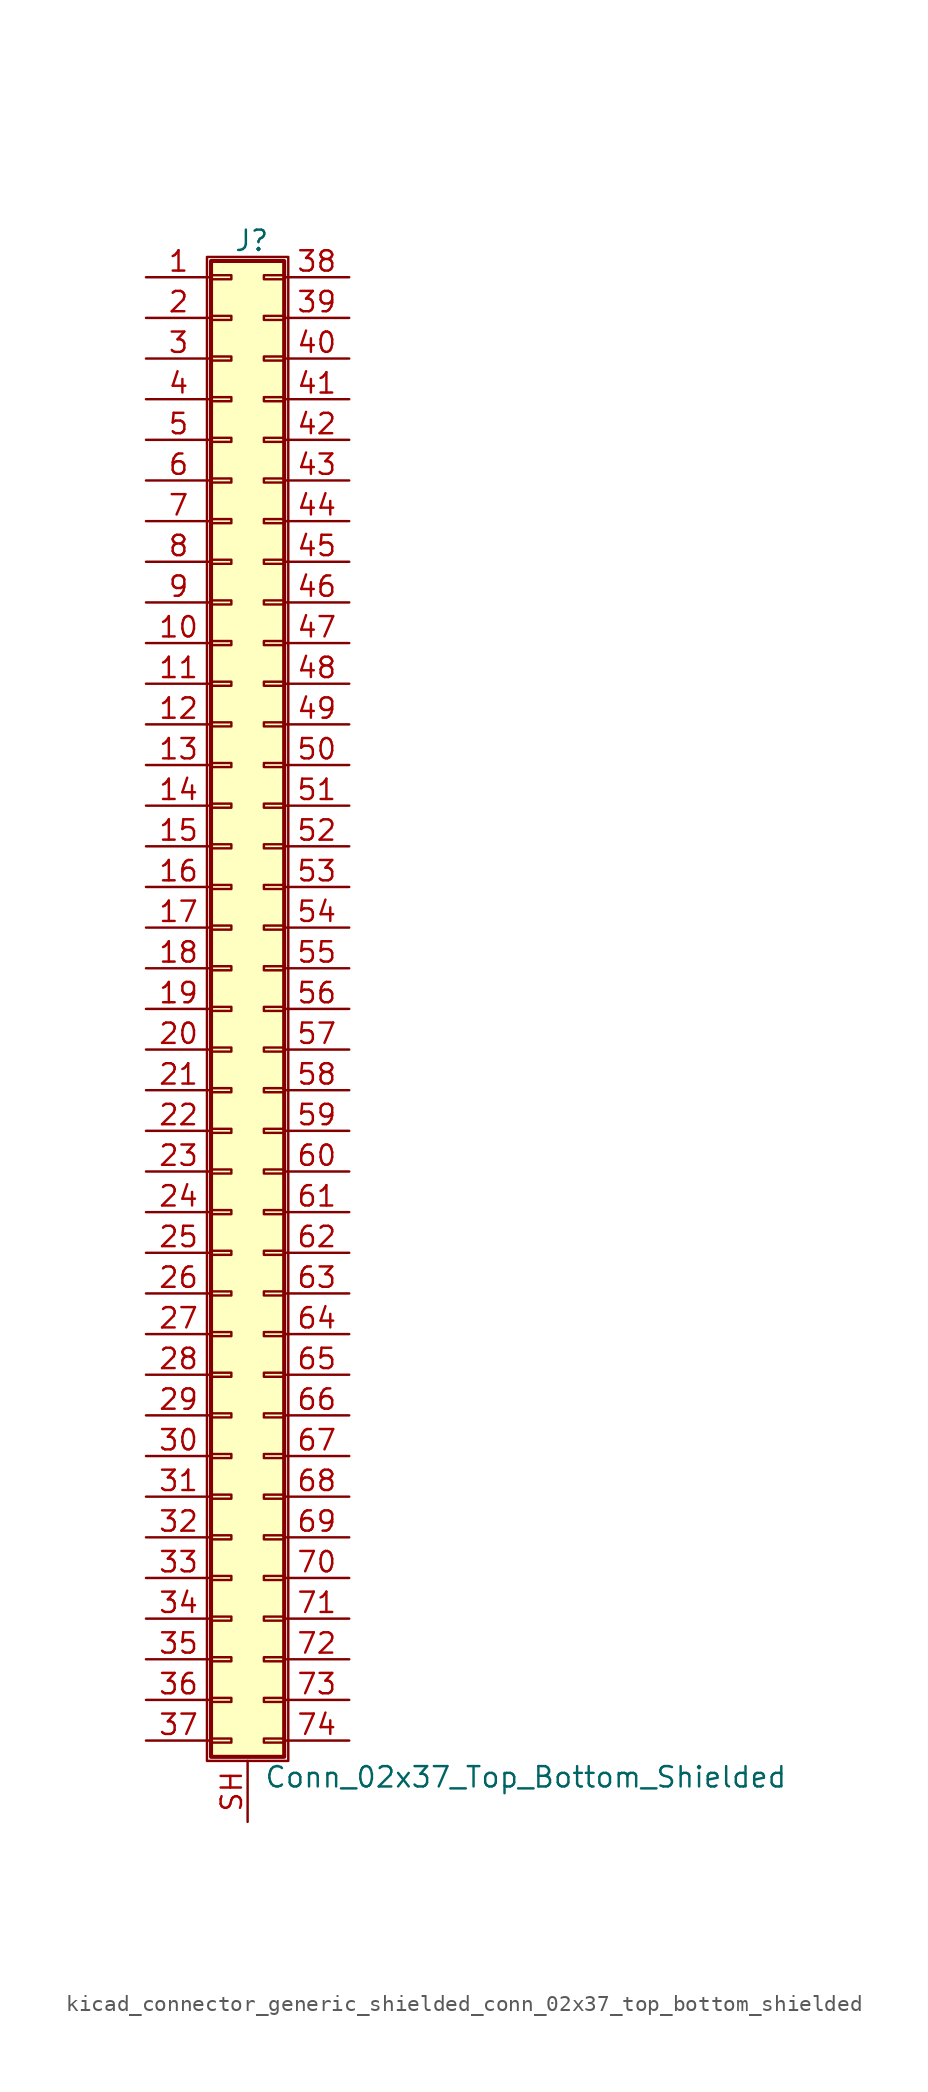
<source format=kicad_sym>
(kicad_symbol_lib
  (version 20220914)
  (generator kicad_symbol_editor)
  (symbol "kicad_connector_generic_shielded_conn_02x37_top_bottom_shielded"
    (pin_names
      (offset 1.016) hide)
    (property "Reference" "J"
      (at 1.524 48.006 0)
      (effects (font (size 1.27 1.27))))
    (property "Value" "Conn_02x37_Top_Bottom_Shielded"
      (at 2.286 -48.006 0)
      (effects (font (size 1.27 1.27)) (justify left)))
    (symbol "kicad_connector_generic_shielded_conn_02x37_top_bottom_shielded_1_1"
      (rectangle (start -1.27 46.99) (end 3.81 -46.99) (stroke (width 0.152) (type default)) (fill (type none)))
      (rectangle (start -1.016 -45.593) (end 0.254 -45.847) (stroke (width 0.152) (type default)) (fill (type none)))
      (rectangle (start -1.016 -43.053) (end 0.254 -43.307) (stroke (width 0.152) (type default)) (fill (type none)))
      (rectangle (start -1.016 -40.513) (end 0.254 -40.767) (stroke (width 0.152) (type default)) (fill (type none)))
      (rectangle (start -1.016 -37.973) (end 0.254 -38.227) (stroke (width 0.152) (type default)) (fill (type none)))
      (rectangle (start -1.016 -35.433) (end 0.254 -35.687) (stroke (width 0.152) (type default)) (fill (type none)))
      (rectangle (start -1.016 -32.893) (end 0.254 -33.147) (stroke (width 0.152) (type default)) (fill (type none)))
      (rectangle (start -1.016 -30.353) (end 0.254 -30.607) (stroke (width 0.152) (type default)) (fill (type none)))
      (rectangle (start -1.016 -27.813) (end 0.254 -28.067) (stroke (width 0.152) (type default)) (fill (type none)))
      (rectangle (start -1.016 -25.273) (end 0.254 -25.527) (stroke (width 0.152) (type default)) (fill (type none)))
      (rectangle (start -1.016 -22.733) (end 0.254 -22.987) (stroke (width 0.152) (type default)) (fill (type none)))
      (rectangle (start -1.016 -20.193) (end 0.254 -20.447) (stroke (width 0.152) (type default)) (fill (type none)))
      (rectangle (start -1.016 -17.653) (end 0.254 -17.907) (stroke (width 0.152) (type default)) (fill (type none)))
      (rectangle (start -1.016 -15.113) (end 0.254 -15.367) (stroke (width 0.152) (type default)) (fill (type none)))
      (rectangle (start -1.016 -12.573) (end 0.254 -12.827) (stroke (width 0.152) (type default)) (fill (type none)))
      (rectangle (start -1.016 -10.033) (end 0.254 -10.287) (stroke (width 0.152) (type default)) (fill (type none)))
      (rectangle (start -1.016 -7.493) (end 0.254 -7.747) (stroke (width 0.152) (type default)) (fill (type none)))
      (rectangle (start -1.016 -4.953) (end 0.254 -5.207) (stroke (width 0.152) (type default)) (fill (type none)))
      (rectangle (start -1.016 -2.413) (end 0.254 -2.667) (stroke (width 0.152) (type default)) (fill (type none)))
      (rectangle (start -1.016 0.127) (end 0.254 -0.127) (stroke (width 0.152) (type default)) (fill (type none)))
      (rectangle (start -1.016 2.667) (end 0.254 2.413) (stroke (width 0.152) (type default)) (fill (type none)))
      (rectangle (start -1.016 5.207) (end 0.254 4.953) (stroke (width 0.152) (type default)) (fill (type none)))
      (rectangle (start -1.016 7.747) (end 0.254 7.493) (stroke (width 0.152) (type default)) (fill (type none)))
      (rectangle (start -1.016 10.287) (end 0.254 10.033) (stroke (width 0.152) (type default)) (fill (type none)))
      (rectangle (start -1.016 12.827) (end 0.254 12.573) (stroke (width 0.152) (type default)) (fill (type none)))
      (rectangle (start -1.016 15.367) (end 0.254 15.113) (stroke (width 0.152) (type default)) (fill (type none)))
      (rectangle (start -1.016 17.907) (end 0.254 17.653) (stroke (width 0.152) (type default)) (fill (type none)))
      (rectangle (start -1.016 20.447) (end 0.254 20.193) (stroke (width 0.152) (type default)) (fill (type none)))
      (rectangle (start -1.016 22.987) (end 0.254 22.733) (stroke (width 0.152) (type default)) (fill (type none)))
      (rectangle (start -1.016 25.527) (end 0.254 25.273) (stroke (width 0.152) (type default)) (fill (type none)))
      (rectangle (start -1.016 28.067) (end 0.254 27.813) (stroke (width 0.152) (type default)) (fill (type none)))
      (rectangle (start -1.016 30.607) (end 0.254 30.353) (stroke (width 0.152) (type default)) (fill (type none)))
      (rectangle (start -1.016 33.147) (end 0.254 32.893) (stroke (width 0.152) (type default)) (fill (type none)))
      (rectangle (start -1.016 35.687) (end 0.254 35.433) (stroke (width 0.152) (type default)) (fill (type none)))
      (rectangle (start -1.016 38.227) (end 0.254 37.973) (stroke (width 0.152) (type default)) (fill (type none)))
      (rectangle (start -1.016 40.767) (end 0.254 40.513) (stroke (width 0.152) (type default)) (fill (type none)))
      (rectangle (start -1.016 43.307) (end 0.254 43.053) (stroke (width 0.152) (type default)) (fill (type none)))
      (rectangle (start -1.016 45.847) (end 0.254 45.593) (stroke (width 0.152) (type default)) (fill (type none)))
      (rectangle (start -1.016 46.736) (end 3.556 -46.736) (stroke (width 0.254) (type default)) (fill (type background)))
      (rectangle (start 3.556 -45.593) (end 2.286 -45.847) (stroke (width 0.152) (type default)) (fill (type none)))
      (rectangle (start 3.556 -43.053) (end 2.286 -43.307) (stroke (width 0.152) (type default)) (fill (type none)))
      (rectangle (start 3.556 -40.513) (end 2.286 -40.767) (stroke (width 0.152) (type default)) (fill (type none)))
      (rectangle (start 3.556 -37.973) (end 2.286 -38.227) (stroke (width 0.152) (type default)) (fill (type none)))
      (rectangle (start 3.556 -35.433) (end 2.286 -35.687) (stroke (width 0.152) (type default)) (fill (type none)))
      (rectangle (start 3.556 -32.893) (end 2.286 -33.147) (stroke (width 0.152) (type default)) (fill (type none)))
      (rectangle (start 3.556 -30.353) (end 2.286 -30.607) (stroke (width 0.152) (type default)) (fill (type none)))
      (rectangle (start 3.556 -27.813) (end 2.286 -28.067) (stroke (width 0.152) (type default)) (fill (type none)))
      (rectangle (start 3.556 -25.273) (end 2.286 -25.527) (stroke (width 0.152) (type default)) (fill (type none)))
      (rectangle (start 3.556 -22.733) (end 2.286 -22.987) (stroke (width 0.152) (type default)) (fill (type none)))
      (rectangle (start 3.556 -20.193) (end 2.286 -20.447) (stroke (width 0.152) (type default)) (fill (type none)))
      (rectangle (start 3.556 -17.653) (end 2.286 -17.907) (stroke (width 0.152) (type default)) (fill (type none)))
      (rectangle (start 3.556 -15.113) (end 2.286 -15.367) (stroke (width 0.152) (type default)) (fill (type none)))
      (rectangle (start 3.556 -12.573) (end 2.286 -12.827) (stroke (width 0.152) (type default)) (fill (type none)))
      (rectangle (start 3.556 -10.033) (end 2.286 -10.287) (stroke (width 0.152) (type default)) (fill (type none)))
      (rectangle (start 3.556 -7.493) (end 2.286 -7.747) (stroke (width 0.152) (type default)) (fill (type none)))
      (rectangle (start 3.556 -4.953) (end 2.286 -5.207) (stroke (width 0.152) (type default)) (fill (type none)))
      (rectangle (start 3.556 -2.413) (end 2.286 -2.667) (stroke (width 0.152) (type default)) (fill (type none)))
      (rectangle (start 3.556 0.127) (end 2.286 -0.127) (stroke (width 0.152) (type default)) (fill (type none)))
      (rectangle (start 3.556 2.667) (end 2.286 2.413) (stroke (width 0.152) (type default)) (fill (type none)))
      (rectangle (start 3.556 5.207) (end 2.286 4.953) (stroke (width 0.152) (type default)) (fill (type none)))
      (rectangle (start 3.556 7.747) (end 2.286 7.493) (stroke (width 0.152) (type default)) (fill (type none)))
      (rectangle (start 3.556 10.287) (end 2.286 10.033) (stroke (width 0.152) (type default)) (fill (type none)))
      (rectangle (start 3.556 12.827) (end 2.286 12.573) (stroke (width 0.152) (type default)) (fill (type none)))
      (rectangle (start 3.556 15.367) (end 2.286 15.113) (stroke (width 0.152) (type default)) (fill (type none)))
      (rectangle (start 3.556 17.907) (end 2.286 17.653) (stroke (width 0.152) (type default)) (fill (type none)))
      (rectangle (start 3.556 20.447) (end 2.286 20.193) (stroke (width 0.152) (type default)) (fill (type none)))
      (rectangle (start 3.556 22.987) (end 2.286 22.733) (stroke (width 0.152) (type default)) (fill (type none)))
      (rectangle (start 3.556 25.527) (end 2.286 25.273) (stroke (width 0.152) (type default)) (fill (type none)))
      (rectangle (start 3.556 28.067) (end 2.286 27.813) (stroke (width 0.152) (type default)) (fill (type none)))
      (rectangle (start 3.556 30.607) (end 2.286 30.353) (stroke (width 0.152) (type default)) (fill (type none)))
      (rectangle (start 3.556 33.147) (end 2.286 32.893) (stroke (width 0.152) (type default)) (fill (type none)))
      (rectangle (start 3.556 35.687) (end 2.286 35.433) (stroke (width 0.152) (type default)) (fill (type none)))
      (rectangle (start 3.556 38.227) (end 2.286 37.973) (stroke (width 0.152) (type default)) (fill (type none)))
      (rectangle (start 3.556 40.767) (end 2.286 40.513) (stroke (width 0.152) (type default)) (fill (type none)))
      (rectangle (start 3.556 43.307) (end 2.286 43.053) (stroke (width 0.152) (type default)) (fill (type none)))
      (rectangle (start 3.556 45.847) (end 2.286 45.593) (stroke (width 0.152) (type default)) (fill (type none)))
      (pin passive line (at -5.08 45.72 0) (length 4.064) (name "Pin_1" (effects (font (size 1.27 1.27)))) (number "1" (effects (font (size 1.27 1.27)))))
      (pin passive line (at -5.08 22.86 0) (length 4.064) (name "Pin_10" (effects (font (size 1.27 1.27)))) (number "10" (effects (font (size 1.27 1.27)))))
      (pin passive line (at -5.08 20.32 0) (length 4.064) (name "Pin_11" (effects (font (size 1.27 1.27)))) (number "11" (effects (font (size 1.27 1.27)))))
      (pin passive line (at -5.08 17.78 0) (length 4.064) (name "Pin_12" (effects (font (size 1.27 1.27)))) (number "12" (effects (font (size 1.27 1.27)))))
      (pin passive line (at -5.08 15.24 0) (length 4.064) (name "Pin_13" (effects (font (size 1.27 1.27)))) (number "13" (effects (font (size 1.27 1.27)))))
      (pin passive line (at -5.08 12.7 0) (length 4.064) (name "Pin_14" (effects (font (size 1.27 1.27)))) (number "14" (effects (font (size 1.27 1.27)))))
      (pin passive line (at -5.08 10.16 0) (length 4.064) (name "Pin_15" (effects (font (size 1.27 1.27)))) (number "15" (effects (font (size 1.27 1.27)))))
      (pin passive line (at -5.08 7.62 0) (length 4.064) (name "Pin_16" (effects (font (size 1.27 1.27)))) (number "16" (effects (font (size 1.27 1.27)))))
      (pin passive line (at -5.08 5.08 0) (length 4.064) (name "Pin_17" (effects (font (size 1.27 1.27)))) (number "17" (effects (font (size 1.27 1.27)))))
      (pin passive line (at -5.08 2.54 0) (length 4.064) (name "Pin_18" (effects (font (size 1.27 1.27)))) (number "18" (effects (font (size 1.27 1.27)))))
      (pin passive line (at -5.08 0 0) (length 4.064) (name "Pin_19" (effects (font (size 1.27 1.27)))) (number "19" (effects (font (size 1.27 1.27)))))
      (pin passive line (at -5.08 43.18 0) (length 4.064) (name "Pin_2" (effects (font (size 1.27 1.27)))) (number "2" (effects (font (size 1.27 1.27)))))
      (pin passive line (at -5.08 -2.54 0) (length 4.064) (name "Pin_20" (effects (font (size 1.27 1.27)))) (number "20" (effects (font (size 1.27 1.27)))))
      (pin passive line (at -5.08 -5.08 0) (length 4.064) (name "Pin_21" (effects (font (size 1.27 1.27)))) (number "21" (effects (font (size 1.27 1.27)))))
      (pin passive line (at -5.08 -7.62 0) (length 4.064) (name "Pin_22" (effects (font (size 1.27 1.27)))) (number "22" (effects (font (size 1.27 1.27)))))
      (pin passive line (at -5.08 -10.16 0) (length 4.064) (name "Pin_23" (effects (font (size 1.27 1.27)))) (number "23" (effects (font (size 1.27 1.27)))))
      (pin passive line (at -5.08 -12.7 0) (length 4.064) (name "Pin_24" (effects (font (size 1.27 1.27)))) (number "24" (effects (font (size 1.27 1.27)))))
      (pin passive line (at -5.08 -15.24 0) (length 4.064) (name "Pin_25" (effects (font (size 1.27 1.27)))) (number "25" (effects (font (size 1.27 1.27)))))
      (pin passive line (at -5.08 -17.78 0) (length 4.064) (name "Pin_26" (effects (font (size 1.27 1.27)))) (number "26" (effects (font (size 1.27 1.27)))))
      (pin passive line (at -5.08 -20.32 0) (length 4.064) (name "Pin_27" (effects (font (size 1.27 1.27)))) (number "27" (effects (font (size 1.27 1.27)))))
      (pin passive line (at -5.08 -22.86 0) (length 4.064) (name "Pin_28" (effects (font (size 1.27 1.27)))) (number "28" (effects (font (size 1.27 1.27)))))
      (pin passive line (at -5.08 -25.4 0) (length 4.064) (name "Pin_29" (effects (font (size 1.27 1.27)))) (number "29" (effects (font (size 1.27 1.27)))))
      (pin passive line (at -5.08 40.64 0) (length 4.064) (name "Pin_3" (effects (font (size 1.27 1.27)))) (number "3" (effects (font (size 1.27 1.27)))))
      (pin passive line (at -5.08 -27.94 0) (length 4.064) (name "Pin_30" (effects (font (size 1.27 1.27)))) (number "30" (effects (font (size 1.27 1.27)))))
      (pin passive line (at -5.08 -30.48 0) (length 4.064) (name "Pin_31" (effects (font (size 1.27 1.27)))) (number "31" (effects (font (size 1.27 1.27)))))
      (pin passive line (at -5.08 -33.02 0) (length 4.064) (name "Pin_32" (effects (font (size 1.27 1.27)))) (number "32" (effects (font (size 1.27 1.27)))))
      (pin passive line (at -5.08 -35.56 0) (length 4.064) (name "Pin_33" (effects (font (size 1.27 1.27)))) (number "33" (effects (font (size 1.27 1.27)))))
      (pin passive line (at -5.08 -38.1 0) (length 4.064) (name "Pin_34" (effects (font (size 1.27 1.27)))) (number "34" (effects (font (size 1.27 1.27)))))
      (pin passive line (at -5.08 -40.64 0) (length 4.064) (name "Pin_35" (effects (font (size 1.27 1.27)))) (number "35" (effects (font (size 1.27 1.27)))))
      (pin passive line (at -5.08 -43.18 0) (length 4.064) (name "Pin_36" (effects (font (size 1.27 1.27)))) (number "36" (effects (font (size 1.27 1.27)))))
      (pin passive line (at -5.08 -45.72 0) (length 4.064) (name "Pin_37" (effects (font (size 1.27 1.27)))) (number "37" (effects (font (size 1.27 1.27)))))
      (pin passive line (at 7.62 45.72 180) (length 4.064) (name "Pin_38" (effects (font (size 1.27 1.27)))) (number "38" (effects (font (size 1.27 1.27)))))
      (pin passive line (at 7.62 43.18 180) (length 4.064) (name "Pin_39" (effects (font (size 1.27 1.27)))) (number "39" (effects (font (size 1.27 1.27)))))
      (pin passive line (at -5.08 38.1 0) (length 4.064) (name "Pin_4" (effects (font (size 1.27 1.27)))) (number "4" (effects (font (size 1.27 1.27)))))
      (pin passive line (at 7.62 40.64 180) (length 4.064) (name "Pin_40" (effects (font (size 1.27 1.27)))) (number "40" (effects (font (size 1.27 1.27)))))
      (pin passive line (at 7.62 38.1 180) (length 4.064) (name "Pin_41" (effects (font (size 1.27 1.27)))) (number "41" (effects (font (size 1.27 1.27)))))
      (pin passive line (at 7.62 35.56 180) (length 4.064) (name "Pin_42" (effects (font (size 1.27 1.27)))) (number "42" (effects (font (size 1.27 1.27)))))
      (pin passive line (at 7.62 33.02 180) (length 4.064) (name "Pin_43" (effects (font (size 1.27 1.27)))) (number "43" (effects (font (size 1.27 1.27)))))
      (pin passive line (at 7.62 30.48 180) (length 4.064) (name "Pin_44" (effects (font (size 1.27 1.27)))) (number "44" (effects (font (size 1.27 1.27)))))
      (pin passive line (at 7.62 27.94 180) (length 4.064) (name "Pin_45" (effects (font (size 1.27 1.27)))) (number "45" (effects (font (size 1.27 1.27)))))
      (pin passive line (at 7.62 25.4 180) (length 4.064) (name "Pin_46" (effects (font (size 1.27 1.27)))) (number "46" (effects (font (size 1.27 1.27)))))
      (pin passive line (at 7.62 22.86 180) (length 4.064) (name "Pin_47" (effects (font (size 1.27 1.27)))) (number "47" (effects (font (size 1.27 1.27)))))
      (pin passive line (at 7.62 20.32 180) (length 4.064) (name "Pin_48" (effects (font (size 1.27 1.27)))) (number "48" (effects (font (size 1.27 1.27)))))
      (pin passive line (at 7.62 17.78 180) (length 4.064) (name "Pin_49" (effects (font (size 1.27 1.27)))) (number "49" (effects (font (size 1.27 1.27)))))
      (pin passive line (at -5.08 35.56 0) (length 4.064) (name "Pin_5" (effects (font (size 1.27 1.27)))) (number "5" (effects (font (size 1.27 1.27)))))
      (pin passive line (at 7.62 15.24 180) (length 4.064) (name "Pin_50" (effects (font (size 1.27 1.27)))) (number "50" (effects (font (size 1.27 1.27)))))
      (pin passive line (at 7.62 12.7 180) (length 4.064) (name "Pin_51" (effects (font (size 1.27 1.27)))) (number "51" (effects (font (size 1.27 1.27)))))
      (pin passive line (at 7.62 10.16 180) (length 4.064) (name "Pin_52" (effects (font (size 1.27 1.27)))) (number "52" (effects (font (size 1.27 1.27)))))
      (pin passive line (at 7.62 7.62 180) (length 4.064) (name "Pin_53" (effects (font (size 1.27 1.27)))) (number "53" (effects (font (size 1.27 1.27)))))
      (pin passive line (at 7.62 5.08 180) (length 4.064) (name "Pin_54" (effects (font (size 1.27 1.27)))) (number "54" (effects (font (size 1.27 1.27)))))
      (pin passive line (at 7.62 2.54 180) (length 4.064) (name "Pin_55" (effects (font (size 1.27 1.27)))) (number "55" (effects (font (size 1.27 1.27)))))
      (pin passive line (at 7.62 0 180) (length 4.064) (name "Pin_56" (effects (font (size 1.27 1.27)))) (number "56" (effects (font (size 1.27 1.27)))))
      (pin passive line (at 7.62 -2.54 180) (length 4.064) (name "Pin_57" (effects (font (size 1.27 1.27)))) (number "57" (effects (font (size 1.27 1.27)))))
      (pin passive line (at 7.62 -5.08 180) (length 4.064) (name "Pin_58" (effects (font (size 1.27 1.27)))) (number "58" (effects (font (size 1.27 1.27)))))
      (pin passive line (at 7.62 -7.62 180) (length 4.064) (name "Pin_59" (effects (font (size 1.27 1.27)))) (number "59" (effects (font (size 1.27 1.27)))))
      (pin passive line (at -5.08 33.02 0) (length 4.064) (name "Pin_6" (effects (font (size 1.27 1.27)))) (number "6" (effects (font (size 1.27 1.27)))))
      (pin passive line (at 7.62 -10.16 180) (length 4.064) (name "Pin_60" (effects (font (size 1.27 1.27)))) (number "60" (effects (font (size 1.27 1.27)))))
      (pin passive line (at 7.62 -12.7 180) (length 4.064) (name "Pin_61" (effects (font (size 1.27 1.27)))) (number "61" (effects (font (size 1.27 1.27)))))
      (pin passive line (at 7.62 -15.24 180) (length 4.064) (name "Pin_62" (effects (font (size 1.27 1.27)))) (number "62" (effects (font (size 1.27 1.27)))))
      (pin passive line (at 7.62 -17.78 180) (length 4.064) (name "Pin_63" (effects (font (size 1.27 1.27)))) (number "63" (effects (font (size 1.27 1.27)))))
      (pin passive line (at 7.62 -20.32 180) (length 4.064) (name "Pin_64" (effects (font (size 1.27 1.27)))) (number "64" (effects (font (size 1.27 1.27)))))
      (pin passive line (at 7.62 -22.86 180) (length 4.064) (name "Pin_65" (effects (font (size 1.27 1.27)))) (number "65" (effects (font (size 1.27 1.27)))))
      (pin passive line (at 7.62 -25.4 180) (length 4.064) (name "Pin_66" (effects (font (size 1.27 1.27)))) (number "66" (effects (font (size 1.27 1.27)))))
      (pin passive line (at 7.62 -27.94 180) (length 4.064) (name "Pin_67" (effects (font (size 1.27 1.27)))) (number "67" (effects (font (size 1.27 1.27)))))
      (pin passive line (at 7.62 -30.48 180) (length 4.064) (name "Pin_68" (effects (font (size 1.27 1.27)))) (number "68" (effects (font (size 1.27 1.27)))))
      (pin passive line (at 7.62 -33.02 180) (length 4.064) (name "Pin_69" (effects (font (size 1.27 1.27)))) (number "69" (effects (font (size 1.27 1.27)))))
      (pin passive line (at -5.08 30.48 0) (length 4.064) (name "Pin_7" (effects (font (size 1.27 1.27)))) (number "7" (effects (font (size 1.27 1.27)))))
      (pin passive line (at 7.62 -35.56 180) (length 4.064) (name "Pin_70" (effects (font (size 1.27 1.27)))) (number "70" (effects (font (size 1.27 1.27)))))
      (pin passive line (at 7.62 -38.1 180) (length 4.064) (name "Pin_71" (effects (font (size 1.27 1.27)))) (number "71" (effects (font (size 1.27 1.27)))))
      (pin passive line (at 7.62 -40.64 180) (length 4.064) (name "Pin_72" (effects (font (size 1.27 1.27)))) (number "72" (effects (font (size 1.27 1.27)))))
      (pin passive line (at 7.62 -43.18 180) (length 4.064) (name "Pin_73" (effects (font (size 1.27 1.27)))) (number "73" (effects (font (size 1.27 1.27)))))
      (pin passive line (at 7.62 -45.72 180) (length 4.064) (name "Pin_74" (effects (font (size 1.27 1.27)))) (number "74" (effects (font (size 1.27 1.27)))))
      (pin passive line (at -5.08 27.94 0) (length 4.064) (name "Pin_8" (effects (font (size 1.27 1.27)))) (number "8" (effects (font (size 1.27 1.27)))))
      (pin passive line (at -5.08 25.4 0) (length 4.064) (name "Pin_9" (effects (font (size 1.27 1.27)))) (number "9" (effects (font (size 1.27 1.27)))))
      (pin passive line (at 1.27 -50.8 90) (length 3.81) (name "Shield" (effects (font (size 1.27 1.27)))) (number "SH" (effects (font (size 1.27 1.27))))))))
</source>
